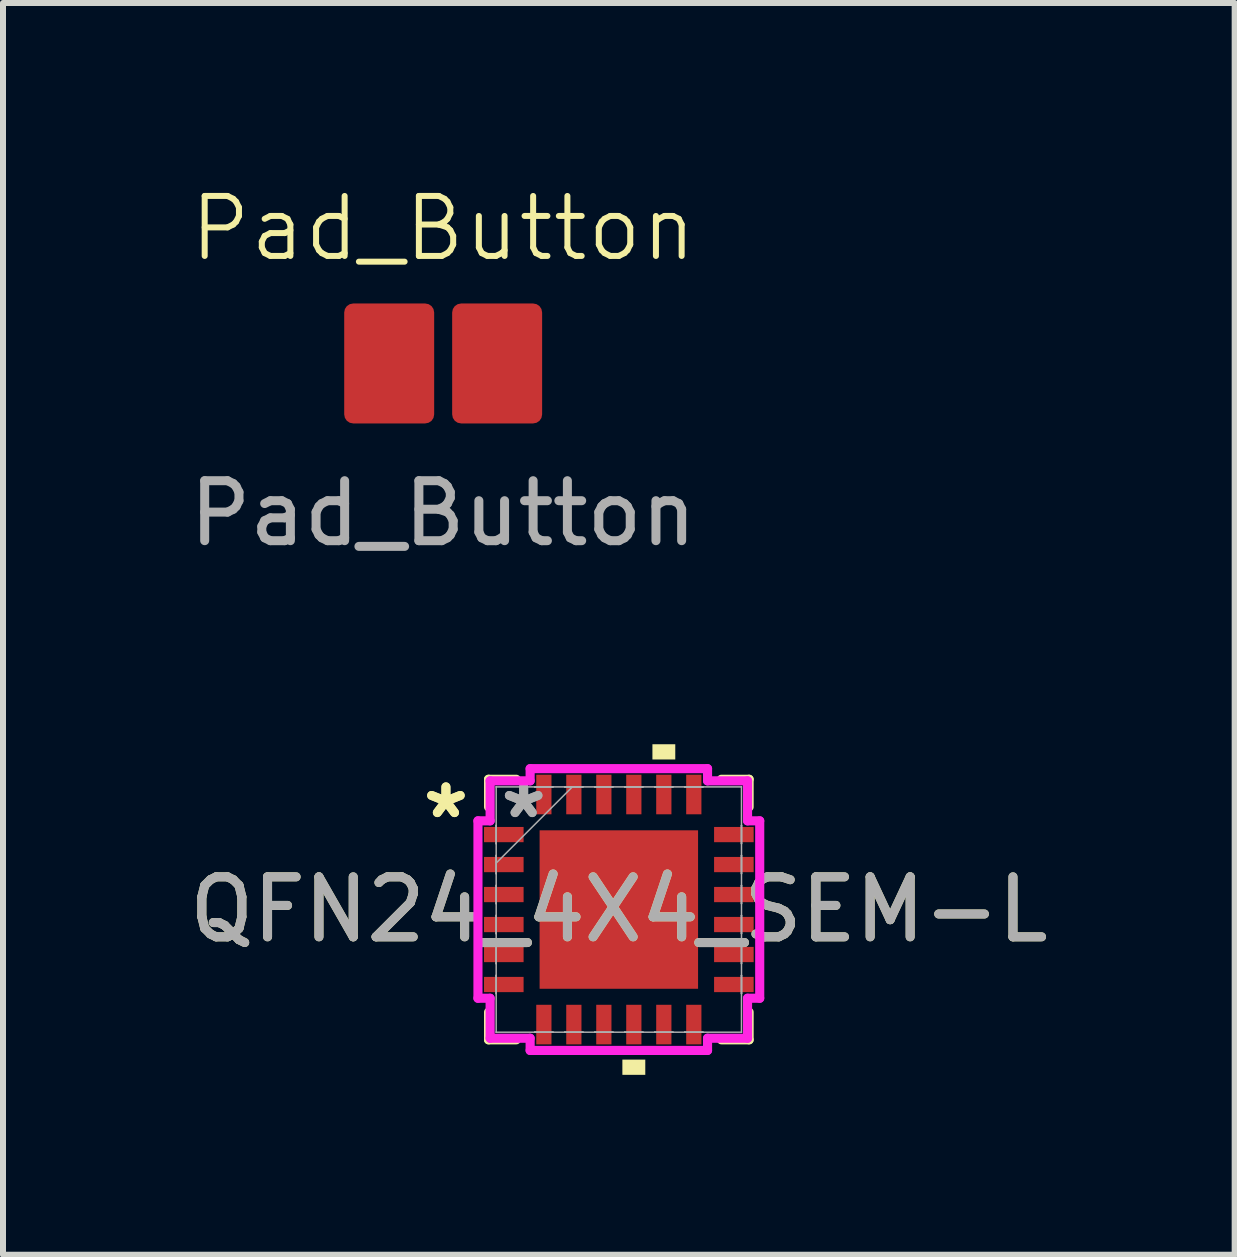
<source format=kicad_pcb>
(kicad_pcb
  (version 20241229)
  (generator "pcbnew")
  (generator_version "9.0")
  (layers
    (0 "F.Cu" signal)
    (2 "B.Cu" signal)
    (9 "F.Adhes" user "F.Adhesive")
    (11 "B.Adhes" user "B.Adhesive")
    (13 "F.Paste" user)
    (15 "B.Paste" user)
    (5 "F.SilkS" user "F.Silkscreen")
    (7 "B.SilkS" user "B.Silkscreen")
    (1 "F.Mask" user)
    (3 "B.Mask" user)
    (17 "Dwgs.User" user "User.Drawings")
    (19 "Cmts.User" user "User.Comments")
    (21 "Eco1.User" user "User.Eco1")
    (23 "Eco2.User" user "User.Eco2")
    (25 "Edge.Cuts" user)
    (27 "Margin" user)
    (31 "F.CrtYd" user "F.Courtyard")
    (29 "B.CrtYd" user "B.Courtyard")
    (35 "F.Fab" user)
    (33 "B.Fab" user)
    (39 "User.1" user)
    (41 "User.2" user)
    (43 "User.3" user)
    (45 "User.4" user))
  (footprint "Pad_Button"
    (layer "F.Cu")
    (at 4.339 3.01)
    (property "Reference" "Pad_Button" (at 0 -2.25 0) (unlocked yes) (layer "F.SilkS") (effects (font (size 1 1) (thickness 0.1))))
    (attr smd)
    (fp_text user "${REFERENCE}" (at 0 2.5 0) (unlocked yes) (layer "F.Fab") (effects (font (size 1 1) (thickness 0.15))))
    (pad "1" smd roundrect (at -0.9 0) (size 1.5 2) (layers "F.Cu" "F.Mask") (roundrect_rratio 0.1))
    (pad "2" smd roundrect (at 0.9 0) (size 1.5 2) (layers "F.Cu" "F.Mask") (roundrect_rratio 0.1)))
  (footprint "QFN24_4X4_SEM-L"
    (layer "F.Cu")
    (at 7.268 12.115)
    (property "Reference" "QFN24_4X4_SEM-L" (at 0 0 0) (unlocked yes) (layer "F.SilkS") (effects (font (size 1 1) (thickness 0.15))))
    (attr smd)
    (fp_line (start -2.172 -2.172) (end -2.172 -1.71) (stroke (width 0.152) (type solid)) (layer "F.SilkS"))
    (fp_line (start -2.172 1.71) (end -2.172 2.172) (stroke (width 0.152) (type solid)) (layer "F.SilkS"))
    (fp_line (start -2.172 2.172) (end -1.71 2.172) (stroke (width 0.152) (type solid)) (layer "F.SilkS"))
    (fp_line (start -1.71 -2.172) (end -2.172 -2.172) (stroke (width 0.152) (type solid)) (layer "F.SilkS"))
    (fp_line (start 1.71 2.172) (end 2.172 2.172) (stroke (width 0.152) (type solid)) (layer "F.SilkS"))
    (fp_line (start 2.172 -2.172) (end 1.71 -2.172) (stroke (width 0.152) (type solid)) (layer "F.SilkS"))
    (fp_line (start 2.172 -1.71) (end 2.172 -2.172) (stroke (width 0.152) (type solid)) (layer "F.SilkS"))
    (fp_line (start 2.172 2.172) (end 2.172 1.71) (stroke (width 0.152) (type solid)) (layer "F.SilkS"))
    (fp_poly (pts (xy 0.059 2.502) (xy 0.059 2.756) (xy 0.441 2.756) (xy 0.441 2.502)) (stroke (width 0) (type solid)) (fill yes) (layer "F.SilkS"))
    (fp_poly (pts (xy 0.56 -2.502) (xy 0.56 -2.756) (xy 0.941 -2.756) (xy 0.941 -2.502)) (stroke (width 0) (type solid)) (fill yes) (layer "F.SilkS"))
    (fp_poly (pts (xy -1.221 -1.221) (xy -1.221 -0.1) (xy -0.1 -0.1) (xy -0.1 -1.221)) (stroke (width 0) (type solid)) (fill yes) (layer "F.Paste"))
    (fp_poly (pts (xy -1.221 0.1) (xy -1.221 1.221) (xy -0.1 1.221) (xy -0.1 0.1)) (stroke (width 0) (type solid)) (fill yes) (layer "F.Paste"))
    (fp_poly (pts (xy 0.1 -1.221) (xy 0.1 -0.1) (xy 1.221 -0.1) (xy 1.221 -1.221)) (stroke (width 0) (type solid)) (fill yes) (layer "F.Paste"))
    (fp_poly (pts (xy 0.1 0.1) (xy 0.1 1.221) (xy 1.221 1.221) (xy 1.221 0.1)) (stroke (width 0) (type solid)) (fill yes) (layer "F.Paste"))
    (fp_line (start -2.349 -1.479) (end -2.146 -1.479) (stroke (width 0.152) (type solid)) (layer "F.CrtYd"))
    (fp_line (start -2.349 1.479) (end -2.349 -1.479) (stroke (width 0.152) (type solid)) (layer "F.CrtYd"))
    (fp_line (start -2.146 -2.146) (end -1.479 -2.146) (stroke (width 0.152) (type solid)) (layer "F.CrtYd"))
    (fp_line (start -2.146 -1.479) (end -2.146 -2.146) (stroke (width 0.152) (type solid)) (layer "F.CrtYd"))
    (fp_line (start -2.146 1.479) (end -2.349 1.479) (stroke (width 0.152) (type solid)) (layer "F.CrtYd"))
    (fp_line (start -2.146 2.146) (end -2.146 1.479) (stroke (width 0.152) (type solid)) (layer "F.CrtYd"))
    (fp_line (start -1.479 -2.349) (end 1.479 -2.349) (stroke (width 0.152) (type solid)) (layer "F.CrtYd"))
    (fp_line (start -1.479 -2.146) (end -1.479 -2.349) (stroke (width 0.152) (type solid)) (layer "F.CrtYd"))
    (fp_line (start -1.479 2.146) (end -2.146 2.146) (stroke (width 0.152) (type solid)) (layer "F.CrtYd"))
    (fp_line (start -1.479 2.349) (end -1.479 2.146) (stroke (width 0.152) (type solid)) (layer "F.CrtYd"))
    (fp_line (start 1.479 -2.349) (end 1.479 -2.146) (stroke (width 0.152) (type solid)) (layer "F.CrtYd"))
    (fp_line (start 1.479 -2.146) (end 2.146 -2.146) (stroke (width 0.152) (type solid)) (layer "F.CrtYd"))
    (fp_line (start 1.479 2.146) (end 1.479 2.349) (stroke (width 0.152) (type solid)) (layer "F.CrtYd"))
    (fp_line (start 1.479 2.349) (end -1.479 2.349) (stroke (width 0.152) (type solid)) (layer "F.CrtYd"))
    (fp_line (start 2.146 -2.146) (end 2.146 -1.479) (stroke (width 0.152) (type solid)) (layer "F.CrtYd"))
    (fp_line (start 2.146 -1.479) (end 2.349 -1.479) (stroke (width 0.152) (type solid)) (layer "F.CrtYd"))
    (fp_line (start 2.146 1.479) (end 2.146 2.146) (stroke (width 0.152) (type solid)) (layer "F.CrtYd"))
    (fp_line (start 2.146 2.146) (end 1.479 2.146) (stroke (width 0.152) (type solid)) (layer "F.CrtYd"))
    (fp_line (start 2.349 -1.479) (end 2.349 1.479) (stroke (width 0.152) (type solid)) (layer "F.CrtYd"))
    (fp_line (start 2.349 1.479) (end 2.146 1.479) (stroke (width 0.152) (type solid)) (layer "F.CrtYd"))
    (fp_line (start -2.045 -2.045) (end -2.045 -2.045) (stroke (width 0.025) (type solid)) (layer "F.Fab"))
    (fp_line (start -2.045 -2.045) (end -2.045 2.045) (stroke (width 0.025) (type solid)) (layer "F.Fab"))
    (fp_line (start -2.045 -1.402) (end -2.045 -1.402) (stroke (width 0.025) (type solid)) (layer "F.Fab"))
    (fp_line (start -2.045 -1.402) (end -2.045 -1.098) (stroke (width 0.025) (type solid)) (layer "F.Fab"))
    (fp_line (start -2.045 -1.098) (end -2.045 -1.402) (stroke (width 0.025) (type solid)) (layer "F.Fab"))
    (fp_line (start -2.045 -1.098) (end -2.045 -1.098) (stroke (width 0.025) (type solid)) (layer "F.Fab"))
    (fp_line (start -2.045 -0.902) (end -2.045 -0.902) (stroke (width 0.025) (type solid)) (layer "F.Fab"))
    (fp_line (start -2.045 -0.902) (end -2.045 -0.598) (stroke (width 0.025) (type solid)) (layer "F.Fab"))
    (fp_line (start -2.045 -0.775) (end -0.775 -2.045) (stroke (width 0.025) (type solid)) (layer "F.Fab"))
    (fp_line (start -2.045 -0.598) (end -2.045 -0.902) (stroke (width 0.025) (type solid)) (layer "F.Fab"))
    (fp_line (start -2.045 -0.598) (end -2.045 -0.598) (stroke (width 0.025) (type solid)) (layer "F.Fab"))
    (fp_line (start -2.045 -0.402) (end -2.045 -0.402) (stroke (width 0.025) (type solid)) (layer "F.Fab"))
    (fp_line (start -2.045 -0.402) (end -2.045 -0.098) (stroke (width 0.025) (type solid)) (layer "F.Fab"))
    (fp_line (start -2.045 -0.098) (end -2.045 -0.402) (stroke (width 0.025) (type solid)) (layer "F.Fab"))
    (fp_line (start -2.045 -0.098) (end -2.045 -0.098) (stroke (width 0.025) (type solid)) (layer "F.Fab"))
    (fp_line (start -2.045 0.098) (end -2.045 0.098) (stroke (width 0.025) (type solid)) (layer "F.Fab"))
    (fp_line (start -2.045 0.098) (end -2.045 0.402) (stroke (width 0.025) (type solid)) (layer "F.Fab"))
    (fp_line (start -2.045 0.402) (end -2.045 0.098) (stroke (width 0.025) (type solid)) (layer "F.Fab"))
    (fp_line (start -2.045 0.402) (end -2.045 0.402) (stroke (width 0.025) (type solid)) (layer "F.Fab"))
    (fp_line (start -2.045 0.598) (end -2.045 0.598) (stroke (width 0.025) (type solid)) (layer "F.Fab"))
    (fp_line (start -2.045 0.598) (end -2.045 0.902) (stroke (width 0.025) (type solid)) (layer "F.Fab"))
    (fp_line (start -2.045 0.902) (end -2.045 0.598) (stroke (width 0.025) (type solid)) (layer "F.Fab"))
    (fp_line (start -2.045 0.902) (end -2.045 0.902) (stroke (width 0.025) (type solid)) (layer "F.Fab"))
    (fp_line (start -2.045 1.098) (end -2.045 1.098) (stroke (width 0.025) (type solid)) (layer "F.Fab"))
    (fp_line (start -2.045 1.098) (end -2.045 1.402) (stroke (width 0.025) (type solid)) (layer "F.Fab"))
    (fp_line (start -2.045 1.402) (end -2.045 1.098) (stroke (width 0.025) (type solid)) (layer "F.Fab"))
    (fp_line (start -2.045 1.402) (end -2.045 1.402) (stroke (width 0.025) (type solid)) (layer "F.Fab"))
    (fp_line (start -2.045 2.045) (end -2.045 2.045) (stroke (width 0.025) (type solid)) (layer "F.Fab"))
    (fp_line (start -2.045 2.045) (end 2.045 2.045) (stroke (width 0.025) (type solid)) (layer "F.Fab"))
    (fp_line (start -1.402 -2.045) (end -1.402 -2.045) (stroke (width 0.025) (type solid)) (layer "F.Fab"))
    (fp_line (start -1.402 -2.045) (end -1.098 -2.045) (stroke (width 0.025) (type solid)) (layer "F.Fab"))
    (fp_line (start -1.402 2.045) (end -1.402 2.045) (stroke (width 0.025) (type solid)) (layer "F.Fab"))
    (fp_line (start -1.402 2.045) (end -1.098 2.045) (stroke (width 0.025) (type solid)) (layer "F.Fab"))
    (fp_line (start -1.098 -2.045) (end -1.402 -2.045) (stroke (width 0.025) (type solid)) (layer "F.Fab"))
    (fp_line (start -1.098 -2.045) (end -1.098 -2.045) (stroke (width 0.025) (type solid)) (layer "F.Fab"))
    (fp_line (start -1.098 2.045) (end -1.402 2.045) (stroke (width 0.025) (type solid)) (layer "F.Fab"))
    (fp_line (start -1.098 2.045) (end -1.098 2.045) (stroke (width 0.025) (type solid)) (layer "F.Fab"))
    (fp_line (start -0.902 -2.045) (end -0.902 -2.045) (stroke (width 0.025) (type solid)) (layer "F.Fab"))
    (fp_line (start -0.902 -2.045) (end -0.598 -2.045) (stroke (width 0.025) (type solid)) (layer "F.Fab"))
    (fp_line (start -0.902 2.045) (end -0.902 2.045) (stroke (width 0.025) (type solid)) (layer "F.Fab"))
    (fp_line (start -0.902 2.045) (end -0.598 2.045) (stroke (width 0.025) (type solid)) (layer "F.Fab"))
    (fp_line (start -0.598 -2.045) (end -0.902 -2.045) (stroke (width 0.025) (type solid)) (layer "F.Fab"))
    (fp_line (start -0.598 -2.045) (end -0.598 -2.045) (stroke (width 0.025) (type solid)) (layer "F.Fab"))
    (fp_line (start -0.598 2.045) (end -0.902 2.045) (stroke (width 0.025) (type solid)) (layer "F.Fab"))
    (fp_line (start -0.598 2.045) (end -0.598 2.045) (stroke (width 0.025) (type solid)) (layer "F.Fab"))
    (fp_line (start -0.402 -2.045) (end -0.402 -2.045) (stroke (width 0.025) (type solid)) (layer "F.Fab"))
    (fp_line (start -0.402 -2.045) (end -0.098 -2.045) (stroke (width 0.025) (type solid)) (layer "F.Fab"))
    (fp_line (start -0.402 2.045) (end -0.402 2.045) (stroke (width 0.025) (type solid)) (layer "F.Fab"))
    (fp_line (start -0.402 2.045) (end -0.098 2.045) (stroke (width 0.025) (type solid)) (layer "F.Fab"))
    (fp_line (start -0.098 -2.045) (end -0.402 -2.045) (stroke (width 0.025) (type solid)) (layer "F.Fab"))
    (fp_line (start -0.098 -2.045) (end -0.098 -2.045) (stroke (width 0.025) (type solid)) (layer "F.Fab"))
    (fp_line (start -0.098 2.045) (end -0.402 2.045) (stroke (width 0.025) (type solid)) (layer "F.Fab"))
    (fp_line (start -0.098 2.045) (end -0.098 2.045) (stroke (width 0.025) (type solid)) (layer "F.Fab"))
    (fp_line (start 0.098 -2.045) (end 0.098 -2.045) (stroke (width 0.025) (type solid)) (layer "F.Fab"))
    (fp_line (start 0.098 -2.045) (end 0.402 -2.045) (stroke (width 0.025) (type solid)) (layer "F.Fab"))
    (fp_line (start 0.098 2.045) (end 0.098 2.045) (stroke (width 0.025) (type solid)) (layer "F.Fab"))
    (fp_line (start 0.098 2.045) (end 0.402 2.045) (stroke (width 0.025) (type solid)) (layer "F.Fab"))
    (fp_line (start 0.402 -2.045) (end 0.098 -2.045) (stroke (width 0.025) (type solid)) (layer "F.Fab"))
    (fp_line (start 0.402 -2.045) (end 0.402 -2.045) (stroke (width 0.025) (type solid)) (layer "F.Fab"))
    (fp_line (start 0.402 2.045) (end 0.098 2.045) (stroke (width 0.025) (type solid)) (layer "F.Fab"))
    (fp_line (start 0.402 2.045) (end 0.402 2.045) (stroke (width 0.025) (type solid)) (layer "F.Fab"))
    (fp_line (start 0.598 -2.045) (end 0.598 -2.045) (stroke (width 0.025) (type solid)) (layer "F.Fab"))
    (fp_line (start 0.598 -2.045) (end 0.902 -2.045) (stroke (width 0.025) (type solid)) (layer "F.Fab"))
    (fp_line (start 0.598 2.045) (end 0.598 2.045) (stroke (width 0.025) (type solid)) (layer "F.Fab"))
    (fp_line (start 0.598 2.045) (end 0.902 2.045) (stroke (width 0.025) (type solid)) (layer "F.Fab"))
    (fp_line (start 0.902 -2.045) (end 0.598 -2.045) (stroke (width 0.025) (type solid)) (layer "F.Fab"))
    (fp_line (start 0.902 -2.045) (end 0.902 -2.045) (stroke (width 0.025) (type solid)) (layer "F.Fab"))
    (fp_line (start 0.902 2.045) (end 0.598 2.045) (stroke (width 0.025) (type solid)) (layer "F.Fab"))
    (fp_line (start 0.902 2.045) (end 0.902 2.045) (stroke (width 0.025) (type solid)) (layer "F.Fab"))
    (fp_line (start 1.098 -2.045) (end 1.098 -2.045) (stroke (width 0.025) (type solid)) (layer "F.Fab"))
    (fp_line (start 1.098 -2.045) (end 1.402 -2.045) (stroke (width 0.025) (type solid)) (layer "F.Fab"))
    (fp_line (start 1.098 2.045) (end 1.098 2.045) (stroke (width 0.025) (type solid)) (layer "F.Fab"))
    (fp_line (start 1.098 2.045) (end 1.402 2.045) (stroke (width 0.025) (type solid)) (layer "F.Fab"))
    (fp_line (start 1.402 -2.045) (end 1.098 -2.045) (stroke (width 0.025) (type solid)) (layer "F.Fab"))
    (fp_line (start 1.402 -2.045) (end 1.402 -2.045) (stroke (width 0.025) (type solid)) (layer "F.Fab"))
    (fp_line (start 1.402 2.045) (end 1.098 2.045) (stroke (width 0.025) (type solid)) (layer "F.Fab"))
    (fp_line (start 1.402 2.045) (end 1.402 2.045) (stroke (width 0.025) (type solid)) (layer "F.Fab"))
    (fp_line (start 2.045 -2.045) (end -2.045 -2.045) (stroke (width 0.025) (type solid)) (layer "F.Fab"))
    (fp_line (start 2.045 -2.045) (end 2.045 -2.045) (stroke (width 0.025) (type solid)) (layer "F.Fab"))
    (fp_line (start 2.045 -1.402) (end 2.045 -1.402) (stroke (width 0.025) (type solid)) (layer "F.Fab"))
    (fp_line (start 2.045 -1.402) (end 2.045 -1.098) (stroke (width 0.025) (type solid)) (layer "F.Fab"))
    (fp_line (start 2.045 -1.098) (end 2.045 -1.402) (stroke (width 0.025) (type solid)) (layer "F.Fab"))
    (fp_line (start 2.045 -1.098) (end 2.045 -1.098) (stroke (width 0.025) (type solid)) (layer "F.Fab"))
    (fp_line (start 2.045 -0.902) (end 2.045 -0.902) (stroke (width 0.025) (type solid)) (layer "F.Fab"))
    (fp_line (start 2.045 -0.902) (end 2.045 -0.598) (stroke (width 0.025) (type solid)) (layer "F.Fab"))
    (fp_line (start 2.045 -0.598) (end 2.045 -0.902) (stroke (width 0.025) (type solid)) (layer "F.Fab"))
    (fp_line (start 2.045 -0.598) (end 2.045 -0.598) (stroke (width 0.025) (type solid)) (layer "F.Fab"))
    (fp_line (start 2.045 -0.402) (end 2.045 -0.402) (stroke (width 0.025) (type solid)) (layer "F.Fab"))
    (fp_line (start 2.045 -0.402) (end 2.045 -0.098) (stroke (width 0.025) (type solid)) (layer "F.Fab"))
    (fp_line (start 2.045 -0.098) (end 2.045 -0.402) (stroke (width 0.025) (type solid)) (layer "F.Fab"))
    (fp_line (start 2.045 -0.098) (end 2.045 -0.098) (stroke (width 0.025) (type solid)) (layer "F.Fab"))
    (fp_line (start 2.045 0.098) (end 2.045 0.098) (stroke (width 0.025) (type solid)) (layer "F.Fab"))
    (fp_line (start 2.045 0.098) (end 2.045 0.402) (stroke (width 0.025) (type solid)) (layer "F.Fab"))
    (fp_line (start 2.045 0.402) (end 2.045 0.098) (stroke (width 0.025) (type solid)) (layer "F.Fab"))
    (fp_line (start 2.045 0.402) (end 2.045 0.402) (stroke (width 0.025) (type solid)) (layer "F.Fab"))
    (fp_line (start 2.045 0.598) (end 2.045 0.598) (stroke (width 0.025) (type solid)) (layer "F.Fab"))
    (fp_line (start 2.045 0.598) (end 2.045 0.902) (stroke (width 0.025) (type solid)) (layer "F.Fab"))
    (fp_line (start 2.045 0.902) (end 2.045 0.598) (stroke (width 0.025) (type solid)) (layer "F.Fab"))
    (fp_line (start 2.045 0.902) (end 2.045 0.902) (stroke (width 0.025) (type solid)) (layer "F.Fab"))
    (fp_line (start 2.045 1.098) (end 2.045 1.098) (stroke (width 0.025) (type solid)) (layer "F.Fab"))
    (fp_line (start 2.045 1.098) (end 2.045 1.402) (stroke (width 0.025) (type solid)) (layer "F.Fab"))
    (fp_line (start 2.045 1.402) (end 2.045 1.098) (stroke (width 0.025) (type solid)) (layer "F.Fab"))
    (fp_line (start 2.045 1.402) (end 2.045 1.402) (stroke (width 0.025) (type solid)) (layer "F.Fab"))
    (fp_line (start 2.045 2.045) (end 2.045 -2.045) (stroke (width 0.025) (type solid)) (layer "F.Fab"))
    (fp_line (start 2.045 2.045) (end 2.045 2.045) (stroke (width 0.025) (type solid)) (layer "F.Fab"))
    (fp_text user "*" (at -2.883 -1.5 0) (layer "F.SilkS") (effects (font (size 1 1) (thickness 0.15))))
    (fp_text user "*" (at -2.883 -1.5 0) (unlocked yes) (layer "F.SilkS") (effects (font (size 1 1) (thickness 0.15))))
    (fp_text user "*" (at -1.587 -1.5 0) (layer "F.Fab") (effects (font (size 1 1) (thickness 0.15))))
    (fp_text user "${REFERENCE}" (at 0 0 0) (unlocked yes) (layer "F.Fab") (effects (font (size 1 1) (thickness 0.15))))
    (fp_text user "*" (at -1.587 -1.5 0) (unlocked yes) (layer "F.Fab") (effects (font (size 1 1) (thickness 0.15))))
    (pad "1" smd rect (at -1.918 -1.25 90) (size 0.254 0.66) (layers "F.Cu" "F.Mask" "F.Paste"))
    (pad "2" smd rect (at -1.918 -0.75 90) (size 0.254 0.66) (layers "F.Cu" "F.Mask" "F.Paste"))
    (pad "3" smd rect (at -1.918 -0.25 90) (size 0.254 0.66) (layers "F.Cu" "F.Mask" "F.Paste"))
    (pad "4" smd rect (at -1.918 0.25 90) (size 0.254 0.66) (layers "F.Cu" "F.Mask" "F.Paste"))
    (pad "5" smd rect (at -1.918 0.75 90) (size 0.254 0.66) (layers "F.Cu" "F.Mask" "F.Paste"))
    (pad "6" smd rect (at -1.918 1.25 90) (size 0.254 0.66) (layers "F.Cu" "F.Mask" "F.Paste"))
    (pad "7" smd rect (at -1.25 1.918) (size 0.254 0.66) (layers "F.Cu" "F.Mask" "F.Paste"))
    (pad "8" smd rect (at -0.75 1.918) (size 0.254 0.66) (layers "F.Cu" "F.Mask" "F.Paste"))
    (pad "9" smd rect (at -0.25 1.918) (size 0.254 0.66) (layers "F.Cu" "F.Mask" "F.Paste"))
    (pad "10" smd rect (at 0.25 1.918) (size 0.254 0.66) (layers "F.Cu" "F.Mask" "F.Paste"))
    (pad "11" smd rect (at 0.75 1.918) (size 0.254 0.66) (layers "F.Cu" "F.Mask" "F.Paste"))
    (pad "12" smd rect (at 1.25 1.918) (size 0.254 0.66) (layers "F.Cu" "F.Mask" "F.Paste"))
    (pad "13" smd rect (at 1.918 1.25 90) (size 0.254 0.66) (layers "F.Cu" "F.Mask" "F.Paste"))
    (pad "14" smd rect (at 1.918 0.75 90) (size 0.254 0.66) (layers "F.Cu" "F.Mask" "F.Paste"))
    (pad "15" smd rect (at 1.918 0.25 90) (size 0.254 0.66) (layers "F.Cu" "F.Mask" "F.Paste"))
    (pad "16" smd rect (at 1.918 -0.25 90) (size 0.254 0.66) (layers "F.Cu" "F.Mask" "F.Paste"))
    (pad "17" smd rect (at 1.918 -0.75 90) (size 0.254 0.66) (layers "F.Cu" "F.Mask" "F.Paste"))
    (pad "18" smd rect (at 1.918 -1.25 90) (size 0.254 0.66) (layers "F.Cu" "F.Mask" "F.Paste"))
    (pad "19" smd rect (at 1.25 -1.918) (size 0.254 0.66) (layers "F.Cu" "F.Mask" "F.Paste"))
    (pad "20" smd rect (at 0.75 -1.918) (size 0.254 0.66) (layers "F.Cu" "F.Mask" "F.Paste"))
    (pad "21" smd rect (at 0.25 -1.918) (size 0.254 0.66) (layers "F.Cu" "F.Mask" "F.Paste"))
    (pad "22" smd rect (at -0.25 -1.918) (size 0.254 0.66) (layers "F.Cu" "F.Mask" "F.Paste"))
    (pad "23" smd rect (at -0.75 -1.918) (size 0.254 0.66) (layers "F.Cu" "F.Mask" "F.Paste"))
    (pad "24" smd rect (at -1.25 -1.918) (size 0.254 0.66) (layers "F.Cu" "F.Mask" "F.Paste"))
    (pad "25" smd rect (at 0 0) (size 2.642 2.642) (layers "F.Cu" "F.Mask")))
  (gr_rect
    (start -3 -3)
    (end 17.536 17.871)
    (stroke (width 0.1) (type default))
    (fill no)
    (layer "Edge.Cuts")))
</source>
